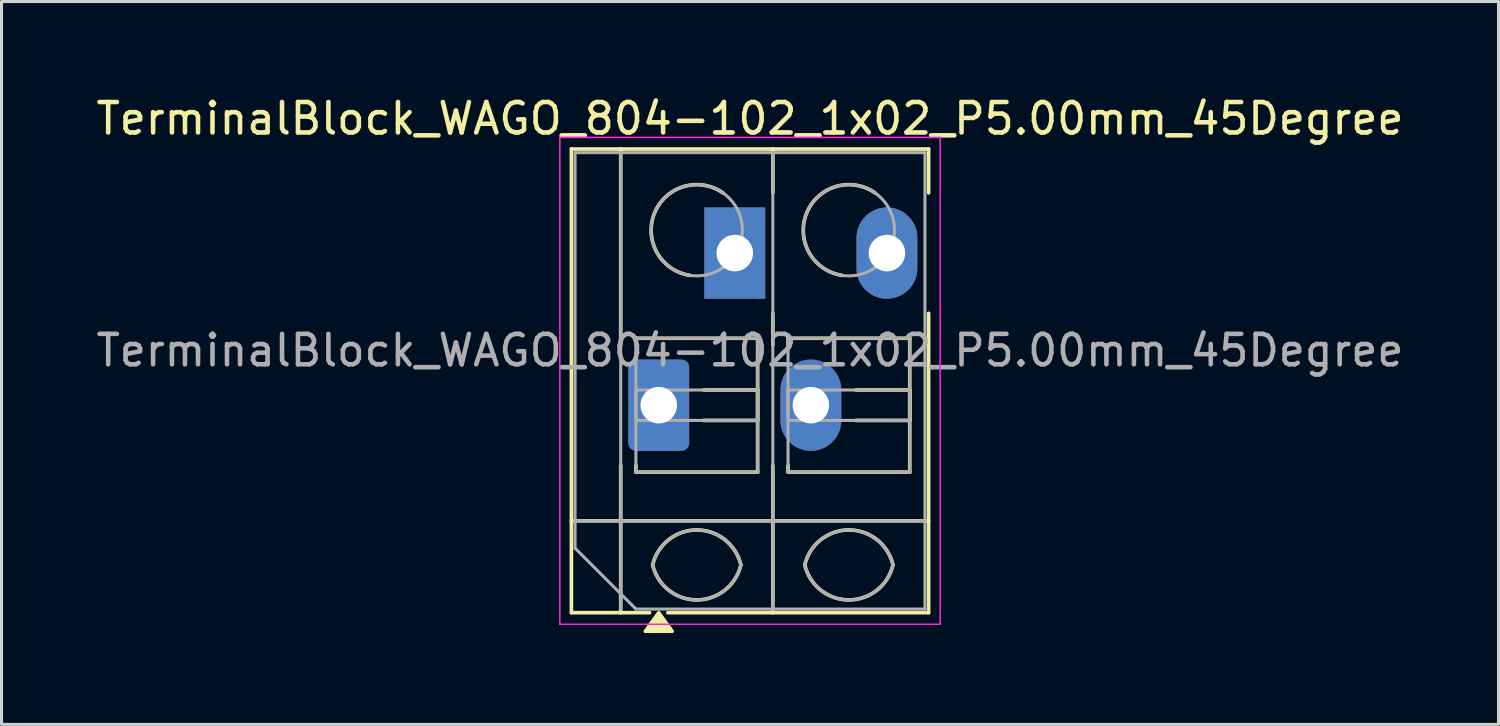
<source format=kicad_pcb>
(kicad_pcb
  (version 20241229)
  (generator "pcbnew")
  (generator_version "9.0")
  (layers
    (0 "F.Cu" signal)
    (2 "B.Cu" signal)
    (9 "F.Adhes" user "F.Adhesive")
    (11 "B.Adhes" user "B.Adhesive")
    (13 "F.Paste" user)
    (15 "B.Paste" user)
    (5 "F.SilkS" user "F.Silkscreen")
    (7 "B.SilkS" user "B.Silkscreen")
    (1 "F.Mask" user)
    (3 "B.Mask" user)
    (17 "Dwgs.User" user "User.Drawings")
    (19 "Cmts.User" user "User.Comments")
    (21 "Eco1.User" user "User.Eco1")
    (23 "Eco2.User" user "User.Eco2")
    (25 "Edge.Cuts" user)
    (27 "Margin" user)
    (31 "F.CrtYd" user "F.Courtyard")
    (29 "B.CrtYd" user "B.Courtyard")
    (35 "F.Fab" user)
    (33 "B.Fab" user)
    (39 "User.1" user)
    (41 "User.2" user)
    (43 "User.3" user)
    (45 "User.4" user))
  (footprint "TerminalBlock_WAGO_804-102_1x02_P5.00mm_45Degree"
    (layer "F.Cu")
    (at 18.601 10.268)
    (property "Reference" "TerminalBlock_WAGO_804-102_1x02_P5.00mm_45Degree" (at 3 -9.42 0) (layer "F.SilkS") (effects (font (size 1 1) (thickness 0.15))))
    (attr through_hole)
    (fp_line (start -2.87 -8.42) (end -2.87 6.82) (stroke (width 0.12) (type solid)) (layer "F.SilkS"))
    (fp_line (start -2.87 -8.42) (end 8.87 -8.42) (stroke (width 0.12) (type solid)) (layer "F.SilkS"))
    (fp_line (start -2.87 3.8) (end 8.87 3.8) (stroke (width 0.12) (type solid)) (layer "F.SilkS"))
    (fp_line (start -2.87 6.82) (end -0.3 6.82) (stroke (width 0.12) (type solid)) (layer "F.SilkS"))
    (fp_line (start -1.25 -8.42) (end -1.25 -1.98) (stroke (width 0.12) (type solid)) (layer "F.SilkS"))
    (fp_line (start -1.25 1.98) (end -1.25 6.82) (stroke (width 0.12) (type solid)) (layer "F.SilkS"))
    (fp_line (start -0.75 -2.2) (end -0.75 -1.98) (stroke (width 0.12) (type solid)) (layer "F.SilkS"))
    (fp_line (start -0.75 -2.2) (end 3.25 -2.2) (stroke (width 0.12) (type solid)) (layer "F.SilkS"))
    (fp_line (start -0.75 1.98) (end -0.75 2.2) (stroke (width 0.12) (type solid)) (layer "F.SilkS"))
    (fp_line (start -0.75 2.2) (end 3.25 2.2) (stroke (width 0.12) (type solid)) (layer "F.SilkS"))
    (fp_line (start 0.3 6.82) (end 8.87 6.82) (stroke (width 0.12) (type solid)) (layer "F.SilkS"))
    (fp_line (start 1.48 -0.5) (end 3.25 -0.5) (stroke (width 0.12) (type solid)) (layer "F.SilkS"))
    (fp_line (start 1.48 0.5) (end 3.25 0.5) (stroke (width 0.12) (type solid)) (layer "F.SilkS"))
    (fp_line (start 3.25 -2.2) (end 3.25 2.2) (stroke (width 0.12) (type solid)) (layer "F.SilkS"))
    (fp_line (start 3.25 -0.5) (end 3.25 0.5) (stroke (width 0.12) (type solid)) (layer "F.SilkS"))
    (fp_line (start 3.75 -8.42) (end 3.75 -6.98) (stroke (width 0.12) (type solid)) (layer "F.SilkS"))
    (fp_line (start 3.75 -3.02) (end 3.75 -1.98) (stroke (width 0.12) (type solid)) (layer "F.SilkS"))
    (fp_line (start 3.75 1.98) (end 3.75 6.82) (stroke (width 0.12) (type solid)) (layer "F.SilkS"))
    (fp_line (start 4.25 -2.2) (end 4.25 -1.98) (stroke (width 0.12) (type solid)) (layer "F.SilkS"))
    (fp_line (start 4.25 -2.2) (end 8.25 -2.2) (stroke (width 0.12) (type solid)) (layer "F.SilkS"))
    (fp_line (start 4.25 1.98) (end 4.25 2.2) (stroke (width 0.12) (type solid)) (layer "F.SilkS"))
    (fp_line (start 4.25 2.2) (end 8.25 2.2) (stroke (width 0.12) (type solid)) (layer "F.SilkS"))
    (fp_line (start 6.48 -0.5) (end 8.25 -0.5) (stroke (width 0.12) (type solid)) (layer "F.SilkS"))
    (fp_line (start 6.48 0.5) (end 8.25 0.5) (stroke (width 0.12) (type solid)) (layer "F.SilkS"))
    (fp_line (start 8.25 -2.2) (end 8.25 2.2) (stroke (width 0.12) (type solid)) (layer "F.SilkS"))
    (fp_line (start 8.25 -0.5) (end 8.25 0.5) (stroke (width 0.12) (type solid)) (layer "F.SilkS"))
    (fp_line (start 8.87 -8.42) (end 8.87 -6.98) (stroke (width 0.12) (type solid)) (layer "F.SilkS"))
    (fp_line (start 8.87 -3.02) (end 8.87 6.82) (stroke (width 0.12) (type solid)) (layer "F.SilkS"))
    (fp_arc (start -0.199942 5.249753) (mid 1.250127 4.099899) (end 2.7 5.25) (stroke (width 0.12) (type solid)) (layer "F.SilkS"))
    (fp_arc (start 1.02 -4.268) (mid -0.141815 -6.308637) (end 2.10843 -6.979765) (stroke (width 0.12) (type solid)) (layer "F.SilkS"))
    (fp_arc (start 2.7 5.25) (mid 1.250127 6.400101) (end -0.199942 5.250247) (stroke (width 0.12) (type solid)) (layer "F.SilkS"))
    (fp_arc (start 4.800058 5.249753) (mid 6.250127 4.099899) (end 7.7 5.25) (stroke (width 0.12) (type solid)) (layer "F.SilkS"))
    (fp_arc (start 6.02 -4.268) (mid 4.858185 -6.308637) (end 7.10843 -6.979765) (stroke (width 0.12) (type solid)) (layer "F.SilkS"))
    (fp_arc (start 7.7 5.25) (mid 6.250127 6.400101) (end 4.800058 5.250247) (stroke (width 0.12) (type solid)) (layer "F.SilkS"))
    (fp_poly (pts (xy 0 6.82) (xy 0.44 7.43) (xy -0.44 7.43)) (stroke (width 0.12) (type solid)) (fill yes) (layer "F.SilkS"))
    (fp_line (start -3.25 -8.8) (end -3.25 7.2) (stroke (width 0.05) (type solid)) (layer "F.CrtYd"))
    (fp_line (start -3.25 7.2) (end 9.25 7.2) (stroke (width 0.05) (type solid)) (layer "F.CrtYd"))
    (fp_line (start 9.25 -8.8) (end -3.25 -8.8) (stroke (width 0.05) (type solid)) (layer "F.CrtYd"))
    (fp_line (start 9.25 7.2) (end 9.25 -8.8) (stroke (width 0.05) (type solid)) (layer "F.CrtYd"))
    (fp_line (start -2.75 -8.3) (end 8.75 -8.3) (stroke (width 0.1) (type solid)) (layer "F.Fab"))
    (fp_line (start -2.75 3.8) (end 8.75 3.8) (stroke (width 0.1) (type solid)) (layer "F.Fab"))
    (fp_line (start -2.75 4.7) (end -2.75 -8.3) (stroke (width 0.1) (type solid)) (layer "F.Fab"))
    (fp_line (start -1.25 -8.3) (end -1.25 6.7) (stroke (width 0.1) (type solid)) (layer "F.Fab"))
    (fp_line (start -0.75 -2.2) (end -0.75 2.2) (stroke (width 0.1) (type solid)) (layer "F.Fab"))
    (fp_line (start -0.75 -0.5) (end -0.75 0.5) (stroke (width 0.1) (type solid)) (layer "F.Fab"))
    (fp_line (start -0.75 0.5) (end 3.25 0.5) (stroke (width 0.1) (type solid)) (layer "F.Fab"))
    (fp_line (start -0.75 2.2) (end 3.25 2.2) (stroke (width 0.1) (type solid)) (layer "F.Fab"))
    (fp_line (start -0.75 6.7) (end -2.75 4.7) (stroke (width 0.1) (type solid)) (layer "F.Fab"))
    (fp_line (start 3.25 -2.2) (end -0.75 -2.2) (stroke (width 0.1) (type solid)) (layer "F.Fab"))
    (fp_line (start 3.25 -0.5) (end -0.75 -0.5) (stroke (width 0.1) (type solid)) (layer "F.Fab"))
    (fp_line (start 3.25 0.5) (end 3.25 -0.5) (stroke (width 0.1) (type solid)) (layer "F.Fab"))
    (fp_line (start 3.25 2.2) (end 3.25 -2.2) (stroke (width 0.1) (type solid)) (layer "F.Fab"))
    (fp_line (start 3.75 -8.3) (end 3.75 6.7) (stroke (width 0.1) (type solid)) (layer "F.Fab"))
    (fp_line (start 4.25 -2.2) (end 4.25 2.2) (stroke (width 0.1) (type solid)) (layer "F.Fab"))
    (fp_line (start 4.25 -0.5) (end 4.25 0.5) (stroke (width 0.1) (type solid)) (layer "F.Fab"))
    (fp_line (start 4.25 0.5) (end 8.25 0.5) (stroke (width 0.1) (type solid)) (layer "F.Fab"))
    (fp_line (start 4.25 2.2) (end 8.25 2.2) (stroke (width 0.1) (type solid)) (layer "F.Fab"))
    (fp_line (start 8.25 -2.2) (end 4.25 -2.2) (stroke (width 0.1) (type solid)) (layer "F.Fab"))
    (fp_line (start 8.25 -0.5) (end 4.25 -0.5) (stroke (width 0.1) (type solid)) (layer "F.Fab"))
    (fp_line (start 8.25 0.5) (end 8.25 -0.5) (stroke (width 0.1) (type solid)) (layer "F.Fab"))
    (fp_line (start 8.25 2.2) (end 8.25 -2.2) (stroke (width 0.1) (type solid)) (layer "F.Fab"))
    (fp_line (start 8.75 -8.3) (end 8.75 6.7) (stroke (width 0.1) (type solid)) (layer "F.Fab"))
    (fp_line (start 8.75 6.7) (end -0.75 6.7) (stroke (width 0.1) (type solid)) (layer "F.Fab"))
    (fp_arc (start -0.200386 5.251649) (mid 1.249153 4.100672) (end 2.7 5.25) (stroke (width 0.1) (type solid)) (layer "F.Fab"))
    (fp_arc (start 2.7 5.25) (mid 1.250127 6.400101) (end -0.199942 5.250247) (stroke (width 0.1) (type solid)) (layer "F.Fab"))
    (fp_arc (start 4.799614 5.251649) (mid 6.249153 4.100672) (end 7.7 5.25) (stroke (width 0.1) (type solid)) (layer "F.Fab"))
    (fp_arc (start 7.7 5.25) (mid 6.250127 6.400101) (end 4.800058 5.250247) (stroke (width 0.1) (type solid)) (layer "F.Fab"))
    (fp_circle (center 1.25 -5.75) (end 2.75 -5.75) (stroke (width 0.1) (type solid)) (fill no) (layer "F.Fab"))
    (fp_circle (center 6.25 -5.75) (end 7.75 -5.75) (stroke (width 0.1) (type solid)) (fill no) (layer "F.Fab"))
    (fp_text user "${REFERENCE}" (at 3 -1.8 0) (layer "F.Fab") (effects (font (size 1 1) (thickness 0.15))))
    (pad "1" thru_hole roundrect (at 0 0) (size 2 3) (drill 1.2) (layers "*.Cu" "*.Mask") (roundrect_rratio 0.125))
    (pad "1" thru_hole rect (at 2.5 -5) (size 2 3) (drill 1.2) (layers "*.Cu" "*.Mask"))
    (pad "2" thru_hole oval (at 5 0) (size 2 3) (drill 1.2) (layers "*.Cu" "*.Mask"))
    (pad "2" thru_hole oval (at 7.5 -5) (size 2 3) (drill 1.2) (layers "*.Cu" "*.Mask")))
  (gr_rect
    (start -3 -3)
    (end 46.202 20.758)
    (stroke (width 0.1) (type default))
    (fill no)
    (layer "Edge.Cuts")))
</source>
